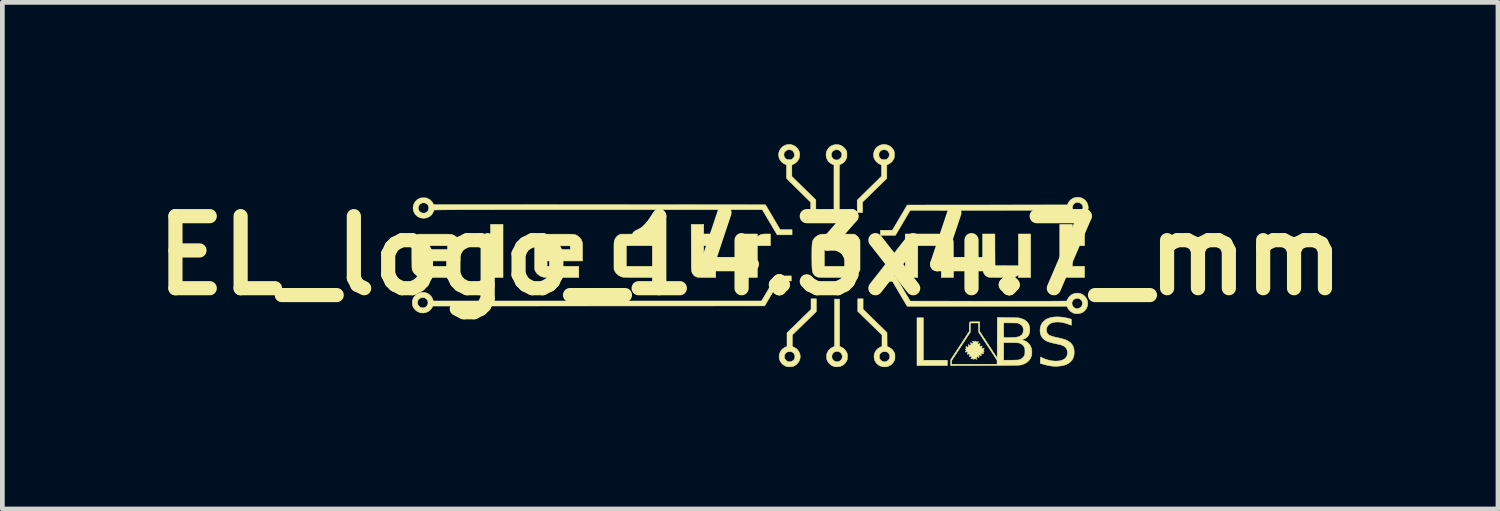
<source format=kicad_pcb>
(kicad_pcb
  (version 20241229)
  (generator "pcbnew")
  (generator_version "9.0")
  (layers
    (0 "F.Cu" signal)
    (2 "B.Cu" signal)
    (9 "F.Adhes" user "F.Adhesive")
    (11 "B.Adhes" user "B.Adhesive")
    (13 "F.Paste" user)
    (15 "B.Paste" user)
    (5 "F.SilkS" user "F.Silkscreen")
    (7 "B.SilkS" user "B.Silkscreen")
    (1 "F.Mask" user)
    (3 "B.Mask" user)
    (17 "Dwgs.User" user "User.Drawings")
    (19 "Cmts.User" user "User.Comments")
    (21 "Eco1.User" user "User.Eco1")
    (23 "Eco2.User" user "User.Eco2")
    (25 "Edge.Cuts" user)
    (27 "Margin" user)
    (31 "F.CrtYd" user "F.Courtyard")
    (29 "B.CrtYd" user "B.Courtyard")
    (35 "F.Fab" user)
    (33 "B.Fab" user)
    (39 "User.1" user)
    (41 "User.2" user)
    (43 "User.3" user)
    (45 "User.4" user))
  (footprint "EL_logo_14.3x4.7_mm"
    (layer "F.Cu")
    (at 12.816 2.356)
    (property "Reference" "EL_logo_14.3x4.7_mm" (at 0 0 0) (layer "F.SilkS") (effects (font (size 1.524 1.524) (thickness 0.3))))
    (attr through_hole)
    (fp_poly (pts (xy -5.227 0.463) (xy -5.492 0.463) (xy -5.492 -0.66) (xy -5.227 -0.66) (xy -5.227 0.463)) (stroke (width 0.01) (type solid)) (fill yes) (layer "F.SilkS"))
    (fp_poly (pts (xy 3.663 2.213) (xy 4.171 2.213) (xy 4.171 2.326) (xy 3.528 2.326) (xy 3.528 1.315) (xy 3.663 1.315) (xy 3.663 2.213)) (stroke (width 0.01) (type solid)) (fill yes) (layer "F.SilkS"))
    (fp_poly (pts (xy 0.152 -0.401) (xy 0.181 -0.42) (xy 0.203 -0.434) (xy 0.225 -0.444) (xy 0.249 -0.451) (xy 0.278 -0.455) (xy 0.313 -0.457) (xy 0.348 -0.457) (xy 0.429 -0.457) (xy 0.429 -0.209) (xy 0.152 -0.209) (xy 0.152 0.463) (xy -0.113 0.463) (xy -0.113 -0.457) (xy 0.152 -0.457) (xy 0.152 -0.401)) (stroke (width 0.01) (type solid)) (fill yes) (layer "F.SilkS"))
    (fp_poly (pts (xy -0.982 -0.457) (xy -0.728 -0.457) (xy -0.728 -0.209) (xy -0.982 -0.209) (xy -0.982 0.226) (xy -0.728 0.226) (xy -0.728 0.463) (xy -0.916 0.462) (xy -0.972 0.462) (xy -1.018 0.462) (xy -1.055 0.461) (xy -1.083 0.46) (xy -1.105 0.458) (xy -1.12 0.456) (xy -1.128 0.454) (xy -1.166 0.437) (xy -1.197 0.411) (xy -1.221 0.377) (xy -1.234 0.347) (xy -1.236 0.342) (xy -1.238 0.335) (xy -1.239 0.327) (xy -1.24 0.317) (xy -1.241 0.303) (xy -1.242 0.286) (xy -1.243 0.264) (xy -1.244 0.237) (xy -1.244 0.203) (xy -1.245 0.163) (xy -1.245 0.115) (xy -1.245 0.059) (xy -1.246 -0.006) (xy -1.246 -0.081) (xy -1.246 -0.166) (xy -1.246 -0.171) (xy -1.248 -0.66) (xy -0.982 -0.66) (xy -0.982 -0.457)) (stroke (width 0.01) (type solid)) (fill yes) (layer "F.SilkS"))
    (fp_poly (pts (xy 3.866 -0.457) (xy 3.929 -0.457) (xy 3.983 -0.457) (xy 4.029 -0.456) (xy 4.068 -0.456) (xy 4.1 -0.454) (xy 4.126 -0.453) (xy 4.148 -0.451) (xy 4.165 -0.449) (xy 4.178 -0.446) (xy 4.189 -0.443) (xy 4.198 -0.439) (xy 4.206 -0.434) (xy 4.214 -0.428) (xy 4.223 -0.422) (xy 4.223 -0.422) (xy 4.244 -0.402) (xy 4.264 -0.375) (xy 4.281 -0.345) (xy 4.291 -0.322) (xy 4.293 -0.314) (xy 4.294 -0.299) (xy 4.295 -0.277) (xy 4.296 -0.247) (xy 4.297 -0.209) (xy 4.298 -0.162) (xy 4.298 -0.105) (xy 4.299 -0.038) (xy 4.299 0.039) (xy 4.3 0.08) (xy 4.301 0.463) (xy 4.041 0.463) (xy 4.041 -0.209) (xy 3.545 -0.209) (xy 3.545 0.463) (xy 3.279 0.463) (xy 3.279 -0.457) (xy 3.793 -0.457) (xy 3.866 -0.457)) (stroke (width 0.01) (type solid)) (fill yes) (layer "F.SilkS"))
    (fp_poly (pts (xy 6.813 -0.457) (xy 7.072 -0.457) (xy 7.072 -0.209) (xy 6.813 -0.209) (xy 6.813 0.226) (xy 7.072 0.226) (xy 7.072 0.463) (xy 6.882 0.462) (xy 6.828 0.462) (xy 6.785 0.462) (xy 6.75 0.461) (xy 6.723 0.461) (xy 6.702 0.459) (xy 6.686 0.458) (xy 6.674 0.456) (xy 6.665 0.453) (xy 6.664 0.453) (xy 6.636 0.439) (xy 6.609 0.418) (xy 6.586 0.394) (xy 6.575 0.376) (xy 6.57 0.367) (xy 6.566 0.357) (xy 6.563 0.347) (xy 6.56 0.334) (xy 6.557 0.319) (xy 6.555 0.301) (xy 6.553 0.279) (xy 6.552 0.252) (xy 6.55 0.219) (xy 6.55 0.18) (xy 6.549 0.135) (xy 6.548 0.081) (xy 6.548 0.019) (xy 6.548 -0.052) (xy 6.548 -0.134) (xy 6.548 -0.196) (xy 6.548 -0.66) (xy 6.813 -0.66) (xy 6.813 -0.457)) (stroke (width 0.01) (type solid)) (fill yes) (layer "F.SilkS"))
    (fp_poly (pts (xy -1.942 -0.209) (xy -2.619 -0.209) (xy -2.619 0.226) (xy -1.863 0.226) (xy -1.863 0.463) (xy -2.268 0.462) (xy -2.348 0.462) (xy -2.418 0.462) (xy -2.478 0.462) (xy -2.529 0.462) (xy -2.572 0.461) (xy -2.608 0.46) (xy -2.636 0.46) (xy -2.659 0.459) (xy -2.676 0.458) (xy -2.689 0.456) (xy -2.699 0.455) (xy -2.702 0.454) (xy -2.748 0.437) (xy -2.79 0.413) (xy -2.825 0.382) (xy -2.853 0.347) (xy -2.868 0.319) (xy -2.881 0.285) (xy -2.881 0) (xy -2.881 -0.064) (xy -2.881 -0.118) (xy -2.881 -0.163) (xy -2.881 -0.199) (xy -2.881 -0.229) (xy -2.88 -0.252) (xy -2.879 -0.271) (xy -2.878 -0.285) (xy -2.876 -0.297) (xy -2.874 -0.306) (xy -2.872 -0.315) (xy -2.869 -0.325) (xy -2.869 -0.325) (xy -2.85 -0.367) (xy -2.822 -0.403) (xy -2.787 -0.431) (xy -2.773 -0.439) (xy -2.74 -0.454) (xy -2.341 -0.456) (xy -1.942 -0.457) (xy -1.942 -0.209)) (stroke (width 0.01) (type solid)) (fill yes) (layer "F.SilkS"))
    (fp_poly (pts (xy 5.177 -0.123) (xy 5.179 0.212) (xy 5.426 0.213) (xy 5.673 0.215) (xy 5.673 -0.457) (xy 5.932 -0.457) (xy 5.932 0.463) (xy 5.673 0.463) (xy 5.672 0.434) (xy 5.67 0.406) (xy 5.646 0.424) (xy 5.633 0.433) (xy 5.622 0.44) (xy 5.611 0.446) (xy 5.599 0.451) (xy 5.584 0.455) (xy 5.566 0.458) (xy 5.544 0.46) (xy 5.516 0.461) (xy 5.481 0.462) (xy 5.439 0.462) (xy 5.388 0.463) (xy 5.326 0.462) (xy 5.316 0.462) (xy 5.25 0.462) (xy 5.194 0.462) (xy 5.148 0.461) (xy 5.112 0.46) (xy 5.083 0.459) (xy 5.061 0.458) (xy 5.046 0.456) (xy 5.039 0.455) (xy 5.002 0.439) (xy 4.971 0.415) (xy 4.949 0.385) (xy 4.943 0.374) (xy 4.937 0.364) (xy 4.933 0.353) (xy 4.929 0.342) (xy 4.926 0.329) (xy 4.923 0.313) (xy 4.921 0.293) (xy 4.92 0.269) (xy 4.918 0.24) (xy 4.917 0.205) (xy 4.917 0.162) (xy 4.917 0.111) (xy 4.916 0.052) (xy 4.916 -0.018) (xy 4.916 -0.08) (xy 4.916 -0.457) (xy 5.176 -0.457) (xy 5.177 -0.123)) (stroke (width 0.01) (type solid)) (fill yes) (layer "F.SilkS"))
    (fp_poly (pts (xy 6.995 -1.224) (xy 7.025 -1.213) (xy 7.055 -1.195) (xy 7.084 -1.17) (xy 7.109 -1.141) (xy 7.125 -1.116) (xy 7.143 -1.07) (xy 7.15 -1.024) (xy 7.147 -0.979) (xy 7.134 -0.936) (xy 7.113 -0.897) (xy 7.084 -0.863) (xy 7.048 -0.834) (xy 7.004 -0.812) (xy 6.961 -0.8) (xy 6.916 -0.798) (xy 6.871 -0.805) (xy 6.828 -0.821) (xy 6.789 -0.845) (xy 6.755 -0.876) (xy 6.73 -0.912) (xy 6.722 -0.927) (xy 6.708 -0.959) (xy 3.384 -0.957) (xy 3.073 -0.429) (xy 2.914 -0.429) (xy 2.754 -0.429) (xy 2.754 -0.536) (xy 3.007 -0.536) (xy 3.282 -1.002) (xy 6.815 -1.002) (xy 6.824 -0.972) (xy 6.842 -0.945) (xy 6.87 -0.922) (xy 6.878 -0.918) (xy 6.898 -0.911) (xy 6.924 -0.909) (xy 6.95 -0.911) (xy 6.972 -0.916) (xy 6.973 -0.916) (xy 6.998 -0.933) (xy 7.018 -0.957) (xy 7.032 -0.986) (xy 7.038 -1.018) (xy 7.037 -1.031) (xy 7.029 -1.062) (xy 7.012 -1.087) (xy 6.988 -1.107) (xy 6.961 -1.12) (xy 6.931 -1.125) (xy 6.901 -1.123) (xy 6.872 -1.112) (xy 6.848 -1.094) (xy 6.827 -1.065) (xy 6.816 -1.033) (xy 6.815 -1.002) (xy 3.282 -1.002) (xy 3.322 -1.07) (xy 5.015 -1.071) (xy 6.708 -1.073) (xy 6.722 -1.104) (xy 6.745 -1.145) (xy 6.777 -1.179) (xy 6.814 -1.205) (xy 6.856 -1.223) (xy 6.902 -1.233) (xy 6.948 -1.234) (xy 6.995 -1.224)) (stroke (width 0.01) (type solid)) (fill yes) (layer "F.SilkS"))
    (fp_poly (pts (xy 0.869 0.536) (xy 0.744 0.536) (xy 0.618 0.536) (xy 0.462 0.8) (xy 0.307 1.064) (xy -3.202 1.065) (xy -6.711 1.067) (xy -6.725 1.094) (xy -6.748 1.129) (xy -6.779 1.16) (xy -6.816 1.186) (xy -6.827 1.191) (xy -6.868 1.206) (xy -6.913 1.213) (xy -6.958 1.211) (xy -6.996 1.202) (xy -7.042 1.18) (xy -7.08 1.151) (xy -7.111 1.115) (xy -7.133 1.074) (xy -7.145 1.028) (xy -7.145 1.027) (xy -7.146 1.007) (xy -7.035 1.007) (xy -7.027 1.037) (xy -7.008 1.065) (xy -7.006 1.068) (xy -6.978 1.09) (xy -6.947 1.103) (xy -6.914 1.105) (xy -6.891 1.1) (xy -6.859 1.084) (xy -6.835 1.06) (xy -6.819 1.031) (xy -6.814 0.997) (xy -6.814 0.984) (xy -6.822 0.953) (xy -6.839 0.926) (xy -6.863 0.904) (xy -6.893 0.891) (xy -6.923 0.886) (xy -6.957 0.891) (xy -6.986 0.904) (xy -7.009 0.924) (xy -7.026 0.949) (xy -7.035 0.977) (xy -7.035 1.007) (xy -7.146 1.007) (xy -7.147 0.979) (xy -7.138 0.933) (xy -7.121 0.892) (xy -7.096 0.856) (xy -7.065 0.826) (xy -7.028 0.802) (xy -6.988 0.786) (xy -6.944 0.777) (xy -6.897 0.778) (xy -6.851 0.789) (xy -6.826 0.798) (xy -6.789 0.821) (xy -6.756 0.851) (xy -6.73 0.887) (xy -6.712 0.926) (xy -6.71 0.933) (xy -6.703 0.96) (xy 0.24 0.96) (xy 0.396 0.696) (xy 0.551 0.432) (xy 0.869 0.429) (xy 0.869 0.536)) (stroke (width 0.01) (type solid)) (fill yes) (layer "F.SilkS"))
    (fp_poly (pts (xy 1.4 1.048) (xy 1.4 1.183) (xy 1.146 1.43) (xy 0.892 1.678) (xy 0.892 1.922) (xy 0.929 1.938) (xy 0.971 1.963) (xy 1.005 1.995) (xy 1.033 2.035) (xy 1.051 2.08) (xy 1.056 2.1) (xy 1.059 2.145) (xy 1.052 2.19) (xy 1.035 2.233) (xy 1.009 2.271) (xy 0.976 2.305) (xy 0.936 2.331) (xy 0.933 2.332) (xy 0.913 2.341) (xy 0.895 2.347) (xy 0.876 2.35) (xy 0.851 2.352) (xy 0.844 2.352) (xy 0.812 2.352) (xy 0.785 2.349) (xy 0.77 2.346) (xy 0.725 2.326) (xy 0.686 2.298) (xy 0.654 2.264) (xy 0.631 2.224) (xy 0.616 2.181) (xy 0.611 2.136) (xy 0.612 2.127) (xy 0.724 2.127) (xy 0.726 2.159) (xy 0.738 2.189) (xy 0.757 2.214) (xy 0.783 2.234) (xy 0.8 2.241) (xy 0.824 2.245) (xy 0.853 2.243) (xy 0.88 2.236) (xy 0.888 2.232) (xy 0.914 2.214) (xy 0.933 2.189) (xy 0.944 2.16) (xy 0.946 2.129) (xy 0.94 2.098) (xy 0.925 2.07) (xy 0.922 2.066) (xy 0.904 2.049) (xy 0.885 2.038) (xy 0.86 2.033) (xy 0.835 2.032) (xy 0.799 2.035) (xy 0.771 2.045) (xy 0.75 2.063) (xy 0.734 2.09) (xy 0.731 2.095) (xy 0.724 2.127) (xy 0.612 2.127) (xy 0.615 2.101) (xy 0.629 2.053) (xy 0.652 2.01) (xy 0.684 1.975) (xy 0.724 1.947) (xy 0.742 1.938) (xy 0.779 1.922) (xy 0.779 1.633) (xy 1.287 1.138) (xy 1.287 0.914) (xy 1.4 0.914) (xy 1.4 1.048)) (stroke (width 0.01) (type solid)) (fill yes) (layer "F.SilkS"))
    (fp_poly (pts (xy 1.891 1.918) (xy 1.927 1.935) (xy 1.971 1.961) (xy 2.007 1.995) (xy 2.035 2.035) (xy 2.039 2.043) (xy 2.048 2.061) (xy 2.053 2.076) (xy 2.056 2.091) (xy 2.057 2.111) (xy 2.057 2.136) (xy 2.057 2.164) (xy 2.056 2.183) (xy 2.052 2.199) (xy 2.047 2.214) (xy 2.042 2.225) (xy 2.016 2.266) (xy 1.985 2.3) (xy 1.945 2.326) (xy 1.939 2.329) (xy 1.915 2.34) (xy 1.895 2.346) (xy 1.874 2.35) (xy 1.851 2.351) (xy 1.825 2.352) (xy 1.802 2.351) (xy 1.784 2.348) (xy 1.782 2.348) (xy 1.739 2.332) (xy 1.699 2.306) (xy 1.664 2.272) (xy 1.637 2.234) (xy 1.634 2.227) (xy 1.626 2.21) (xy 1.621 2.195) (xy 1.618 2.179) (xy 1.617 2.158) (xy 1.617 2.141) (xy 1.727 2.141) (xy 1.732 2.171) (xy 1.747 2.198) (xy 1.765 2.217) (xy 1.796 2.237) (xy 1.827 2.245) (xy 1.861 2.243) (xy 1.87 2.24) (xy 1.897 2.228) (xy 1.921 2.207) (xy 1.938 2.181) (xy 1.944 2.165) (xy 1.948 2.13) (xy 1.942 2.099) (xy 1.928 2.072) (xy 1.907 2.05) (xy 1.881 2.034) (xy 1.85 2.027) (xy 1.818 2.028) (xy 1.785 2.038) (xy 1.759 2.057) (xy 1.74 2.081) (xy 1.73 2.11) (xy 1.727 2.141) (xy 1.617 2.141) (xy 1.617 2.136) (xy 1.617 2.109) (xy 1.619 2.09) (xy 1.622 2.075) (xy 1.627 2.059) (xy 1.635 2.043) (xy 1.662 2.002) (xy 1.697 1.967) (xy 1.739 1.94) (xy 1.747 1.936) (xy 1.784 1.919) (xy 1.784 0.92) (xy 1.891 0.92) (xy 1.891 1.918)) (stroke (width 0.01) (type solid)) (fill yes) (layer "F.SilkS"))
    (fp_poly (pts (xy -4.007 -0.454) (xy -3.943 -0.454) (xy -3.889 -0.454) (xy -3.843 -0.454) (xy -3.805 -0.453) (xy -3.773 -0.452) (xy -3.747 -0.45) (xy -3.726 -0.448) (xy -3.709 -0.445) (xy -3.694 -0.441) (xy -3.682 -0.436) (xy -3.671 -0.431) (xy -3.66 -0.424) (xy -3.648 -0.416) (xy -3.642 -0.412) (xy -3.604 -0.38) (xy -3.575 -0.342) (xy -3.557 -0.301) (xy -3.553 -0.291) (xy -3.551 -0.28) (xy -3.549 -0.269) (xy -3.547 -0.254) (xy -3.546 -0.236) (xy -3.545 -0.212) (xy -3.545 -0.181) (xy -3.545 -0.142) (xy -3.545 -0.093) (xy -3.545 -0.076) (xy -3.545 0.113) (xy -4.295 0.113) (xy -4.295 0.226) (xy -3.624 0.226) (xy -3.624 0.463) (xy -3.986 0.462) (xy -4.066 0.462) (xy -4.135 0.462) (xy -4.195 0.461) (xy -4.244 0.461) (xy -4.285 0.46) (xy -4.318 0.459) (xy -4.344 0.458) (xy -4.362 0.457) (xy -4.374 0.456) (xy -4.378 0.455) (xy -4.425 0.439) (xy -4.468 0.414) (xy -4.504 0.384) (xy -4.532 0.348) (xy -4.543 0.329) (xy -4.558 0.296) (xy -4.558 -0.006) (xy -4.558 -0.072) (xy -4.558 -0.127) (xy -4.558 -0.13) (xy -4.295 -0.13) (xy -3.804 -0.13) (xy -3.807 -0.206) (xy -4.051 -0.207) (xy -4.295 -0.209) (xy -4.295 -0.13) (xy -4.558 -0.13) (xy -4.558 -0.174) (xy -4.557 -0.212) (xy -4.557 -0.243) (xy -4.557 -0.267) (xy -4.556 -0.286) (xy -4.555 -0.301) (xy -4.553 -0.312) (xy -4.552 -0.321) (xy -4.549 -0.328) (xy -4.547 -0.335) (xy -4.545 -0.339) (xy -4.524 -0.378) (xy -4.495 -0.411) (xy -4.46 -0.436) (xy -4.455 -0.439) (xy -4.422 -0.454) (xy -4.081 -0.454) (xy -4.007 -0.454)) (stroke (width 0.01) (type solid)) (fill yes) (layer "F.SilkS"))
    (fp_poly (pts (xy 1.848 -0.456) (xy 1.871 -0.456) (xy 2.199 -0.454) (xy 2.225 -0.441) (xy 2.257 -0.419) (xy 2.286 -0.388) (xy 2.308 -0.351) (xy 2.323 -0.319) (xy 2.323 0.302) (xy 2.309 0.329) (xy 2.284 0.368) (xy 2.25 0.402) (xy 2.209 0.429) (xy 2.164 0.449) (xy 2.145 0.454) (xy 2.135 0.456) (xy 2.123 0.458) (xy 2.108 0.459) (xy 2.089 0.46) (xy 2.065 0.461) (xy 2.035 0.462) (xy 1.998 0.462) (xy 1.954 0.462) (xy 1.901 0.462) (xy 1.839 0.463) (xy 1.78 0.462) (xy 1.705 0.462) (xy 1.642 0.462) (xy 1.588 0.462) (xy 1.543 0.461) (xy 1.507 0.46) (xy 1.478 0.459) (xy 1.457 0.458) (xy 1.442 0.457) (xy 1.432 0.455) (xy 1.431 0.455) (xy 1.398 0.442) (xy 1.373 0.426) (xy 1.355 0.408) (xy 1.344 0.395) (xy 1.335 0.382) (xy 1.327 0.366) (xy 1.321 0.348) (xy 1.316 0.327) (xy 1.312 0.301) (xy 1.309 0.269) (xy 1.307 0.231) (xy 1.307 0.226) (xy 1.569 0.226) (xy 2.066 0.226) (xy 2.063 -0.206) (xy 1.816 -0.207) (xy 1.569 -0.209) (xy 1.569 0.226) (xy 1.307 0.226) (xy 1.305 0.185) (xy 1.305 0.13) (xy 1.304 0.066) (xy 1.304 0.014) (xy 1.304 -0.053) (xy 1.305 -0.11) (xy 1.305 -0.158) (xy 1.307 -0.197) (xy 1.309 -0.23) (xy 1.311 -0.257) (xy 1.315 -0.279) (xy 1.319 -0.297) (xy 1.324 -0.313) (xy 1.329 -0.325) (xy 1.351 -0.361) (xy 1.383 -0.394) (xy 1.421 -0.421) (xy 1.465 -0.441) (xy 1.507 -0.452) (xy 1.523 -0.453) (xy 1.55 -0.454) (xy 1.587 -0.455) (xy 1.636 -0.456) (xy 1.696 -0.456) (xy 1.767 -0.456) (xy 1.848 -0.456)) (stroke (width 0.01) (type solid)) (fill yes) (layer "F.SilkS"))
    (fp_poly (pts (xy 2.388 1.133) (xy 2.641 1.381) (xy 2.894 1.628) (xy 2.895 1.774) (xy 2.896 1.919) (xy 2.932 1.936) (xy 2.975 1.961) (xy 3.011 1.994) (xy 3.04 2.034) (xy 3.044 2.043) (xy 3.052 2.061) (xy 3.058 2.076) (xy 3.061 2.091) (xy 3.062 2.111) (xy 3.062 2.136) (xy 3.062 2.164) (xy 3.06 2.184) (xy 3.057 2.2) (xy 3.051 2.216) (xy 3.047 2.225) (xy 3.022 2.266) (xy 2.989 2.301) (xy 2.95 2.327) (xy 2.906 2.345) (xy 2.859 2.353) (xy 2.811 2.352) (xy 2.768 2.342) (xy 2.725 2.322) (xy 2.688 2.294) (xy 2.658 2.259) (xy 2.636 2.22) (xy 2.623 2.177) (xy 2.619 2.132) (xy 2.619 2.13) (xy 2.732 2.13) (xy 2.733 2.153) (xy 2.737 2.173) (xy 2.738 2.177) (xy 2.753 2.202) (xy 2.776 2.223) (xy 2.804 2.239) (xy 2.834 2.246) (xy 2.842 2.246) (xy 2.862 2.244) (xy 2.883 2.237) (xy 2.887 2.236) (xy 2.916 2.217) (xy 2.937 2.192) (xy 2.95 2.163) (xy 2.953 2.131) (xy 2.948 2.1) (xy 2.935 2.075) (xy 2.917 2.054) (xy 2.897 2.04) (xy 2.872 2.034) (xy 2.846 2.032) (xy 2.82 2.033) (xy 2.799 2.037) (xy 2.789 2.04) (xy 2.771 2.053) (xy 2.752 2.072) (xy 2.739 2.091) (xy 2.738 2.092) (xy 2.734 2.108) (xy 2.732 2.13) (xy 2.619 2.13) (xy 2.625 2.086) (xy 2.641 2.042) (xy 2.641 2.042) (xy 2.666 2.002) (xy 2.701 1.967) (xy 2.742 1.94) (xy 2.752 1.936) (xy 2.788 1.919) (xy 2.788 1.799) (xy 2.788 1.679) (xy 2.531 1.429) (xy 2.275 1.179) (xy 2.275 0.914) (xy 2.388 0.914) (xy 2.388 1.133)) (stroke (width 0.01) (type solid)) (fill yes) (layer "F.SilkS"))
    (fp_poly (pts (xy 1.857 -2.348) (xy 1.901 -2.337) (xy 1.943 -2.317) (xy 1.981 -2.288) (xy 2.013 -2.253) (xy 2.03 -2.224) (xy 2.038 -2.209) (xy 2.042 -2.195) (xy 2.045 -2.18) (xy 2.046 -2.16) (xy 2.046 -2.134) (xy 2.046 -2.106) (xy 2.045 -2.086) (xy 2.042 -2.071) (xy 2.037 -2.057) (xy 2.029 -2.039) (xy 2.028 -2.037) (xy 2.001 -1.996) (xy 1.967 -1.962) (xy 1.925 -1.935) (xy 1.895 -1.923) (xy 1.893 -1.922) (xy 1.892 -1.919) (xy 1.891 -1.915) (xy 1.889 -1.908) (xy 1.889 -1.897) (xy 1.888 -1.882) (xy 1.887 -1.863) (xy 1.887 -1.838) (xy 1.886 -1.806) (xy 1.886 -1.768) (xy 1.886 -1.723) (xy 1.885 -1.669) (xy 1.885 -1.606) (xy 1.885 -1.533) (xy 1.885 -1.45) (xy 1.885 -1.417) (xy 1.885 -0.914) (xy 1.772 -0.914) (xy 1.772 -1.917) (xy 1.736 -1.932) (xy 1.695 -1.956) (xy 1.66 -1.987) (xy 1.633 -2.025) (xy 1.614 -2.066) (xy 1.605 -2.111) (xy 1.605 -2.137) (xy 1.716 -2.137) (xy 1.719 -2.106) (xy 1.731 -2.077) (xy 1.751 -2.052) (xy 1.758 -2.046) (xy 1.788 -2.029) (xy 1.818 -2.022) (xy 1.852 -2.025) (xy 1.86 -2.027) (xy 1.884 -2.038) (xy 1.906 -2.058) (xy 1.925 -2.081) (xy 1.936 -2.105) (xy 1.939 -2.138) (xy 1.932 -2.169) (xy 1.916 -2.198) (xy 1.893 -2.22) (xy 1.878 -2.229) (xy 1.844 -2.24) (xy 1.81 -2.239) (xy 1.778 -2.229) (xy 1.749 -2.208) (xy 1.737 -2.194) (xy 1.722 -2.167) (xy 1.716 -2.137) (xy 1.605 -2.137) (xy 1.605 -2.157) (xy 1.611 -2.188) (xy 1.63 -2.234) (xy 1.657 -2.273) (xy 1.691 -2.305) (xy 1.732 -2.329) (xy 1.778 -2.344) (xy 1.827 -2.349) (xy 1.857 -2.348)) (stroke (width 0.01) (type solid)) (fill yes) (layer "F.SilkS"))
    (fp_poly (pts (xy 0.847 -2.351) (xy 0.859 -2.349) (xy 0.909 -2.335) (xy 0.953 -2.311) (xy 0.99 -2.279) (xy 1.019 -2.238) (xy 1.029 -2.219) (xy 1.038 -2.199) (xy 1.044 -2.181) (xy 1.046 -2.163) (xy 1.047 -2.139) (xy 1.047 -2.134) (xy 1.043 -2.089) (xy 1.033 -2.051) (xy 1.014 -2.017) (xy 0.991 -1.988) (xy 0.957 -1.958) (xy 0.917 -1.934) (xy 0.89 -1.923) (xy 0.887 -1.921) (xy 0.885 -1.917) (xy 0.883 -1.909) (xy 0.882 -1.896) (xy 0.881 -1.876) (xy 0.881 -1.849) (xy 0.881 -1.812) (xy 0.881 -1.797) (xy 0.882 -1.674) (xy 1.389 -1.178) (xy 1.389 -0.909) (xy 1.281 -0.909) (xy 1.281 -1.127) (xy 1.147 -1.259) (xy 1.107 -1.299) (xy 1.063 -1.343) (xy 1.016 -1.388) (xy 0.97 -1.434) (xy 0.927 -1.476) (xy 0.89 -1.513) (xy 0.768 -1.634) (xy 0.768 -1.919) (xy 0.752 -1.925) (xy 0.705 -1.949) (xy 0.666 -1.979) (xy 0.636 -2.017) (xy 0.614 -2.061) (xy 0.604 -2.098) (xy 0.603 -2.124) (xy 0.713 -2.124) (xy 0.72 -2.095) (xy 0.738 -2.065) (xy 0.762 -2.043) (xy 0.792 -2.031) (xy 0.827 -2.027) (xy 0.85 -2.028) (xy 0.867 -2.032) (xy 0.885 -2.041) (xy 0.887 -2.043) (xy 0.912 -2.065) (xy 0.928 -2.091) (xy 0.936 -2.121) (xy 0.934 -2.152) (xy 0.923 -2.182) (xy 0.902 -2.21) (xy 0.89 -2.221) (xy 0.865 -2.234) (xy 0.834 -2.241) (xy 0.803 -2.239) (xy 0.775 -2.23) (xy 0.746 -2.21) (xy 0.726 -2.185) (xy 0.715 -2.155) (xy 0.713 -2.124) (xy 0.603 -2.124) (xy 0.601 -2.144) (xy 0.608 -2.188) (xy 0.625 -2.229) (xy 0.649 -2.266) (xy 0.679 -2.298) (xy 0.716 -2.323) (xy 0.757 -2.341) (xy 0.801 -2.351) (xy 0.847 -2.351)) (stroke (width 0.01) (type solid)) (fill yes) (layer "F.SilkS"))
    (fp_poly (pts (xy -6.601 -0.454) (xy -6.54 -0.454) (xy -6.489 -0.454) (xy -6.446 -0.454) (xy -6.412 -0.454) (xy -6.383 -0.453) (xy -6.361 -0.452) (xy -6.343 -0.451) (xy -6.33 -0.45) (xy -6.319 -0.449) (xy -6.311 -0.447) (xy -6.303 -0.445) (xy -6.299 -0.444) (xy -6.253 -0.422) (xy -6.211 -0.393) (xy -6.178 -0.358) (xy -6.165 -0.338) (xy -6.157 -0.324) (xy -6.151 -0.309) (xy -6.146 -0.292) (xy -6.142 -0.271) (xy -6.14 -0.245) (xy -6.138 -0.213) (xy -6.136 -0.174) (xy -6.136 -0.126) (xy -6.136 -0.068) (xy -6.136 -0.066) (xy -6.136 0.113) (xy -6.892 0.113) (xy -6.892 0.226) (xy -6.215 0.226) (xy -6.215 0.463) (xy -6.58 0.462) (xy -6.656 0.462) (xy -6.722 0.462) (xy -6.779 0.462) (xy -6.826 0.461) (xy -6.865 0.461) (xy -6.897 0.46) (xy -6.923 0.459) (xy -6.943 0.458) (xy -6.958 0.457) (xy -6.969 0.456) (xy -6.975 0.454) (xy -7.021 0.437) (xy -7.062 0.413) (xy -7.098 0.383) (xy -7.125 0.348) (xy -7.14 0.319) (xy -7.144 0.311) (xy -7.146 0.302) (xy -7.149 0.294) (xy -7.15 0.283) (xy -7.152 0.269) (xy -7.153 0.251) (xy -7.154 0.227) (xy -7.154 0.197) (xy -7.155 0.16) (xy -7.155 0.114) (xy -7.156 0.058) (xy -7.156 0.039) (xy -7.156 -0.036) (xy -7.156 -0.1) (xy -7.156 -0.155) (xy -7.155 -0.201) (xy -7.155 -0.209) (xy -6.892 -0.209) (xy -6.892 -0.13) (xy -6.401 -0.13) (xy -6.401 -0.209) (xy -6.892 -0.209) (xy -7.155 -0.209) (xy -7.153 -0.239) (xy -7.151 -0.271) (xy -7.148 -0.297) (xy -7.145 -0.317) (xy -7.14 -0.334) (xy -7.135 -0.347) (xy -7.118 -0.375) (xy -7.094 -0.403) (xy -7.066 -0.427) (xy -7.043 -0.441) (xy -7.013 -0.454) (xy -6.672 -0.454) (xy -6.601 -0.454)) (stroke (width 0.01) (type solid)) (fill yes) (layer "F.SilkS"))
    (fp_poly (pts (xy 2.914 0.435) (xy 3.073 0.435) (xy 3.229 0.699) (xy 3.385 0.962) (xy 5.042 0.964) (xy 5.21 0.964) (xy 5.366 0.964) (xy 5.512 0.964) (xy 5.648 0.964) (xy 5.774 0.964) (xy 5.89 0.964) (xy 5.996 0.964) (xy 6.094 0.964) (xy 6.183 0.964) (xy 6.263 0.964) (xy 6.336 0.964) (xy 6.401 0.963) (xy 6.458 0.963) (xy 6.509 0.963) (xy 6.553 0.962) (xy 6.59 0.962) (xy 6.621 0.962) (xy 6.647 0.961) (xy 6.667 0.961) (xy 6.682 0.96) (xy 6.692 0.959) (xy 6.698 0.959) (xy 6.7 0.958) (xy 6.703 0.944) (xy 6.712 0.924) (xy 6.725 0.902) (xy 6.74 0.88) (xy 6.755 0.862) (xy 6.755 0.862) (xy 6.793 0.831) (xy 6.836 0.808) (xy 6.882 0.796) (xy 6.93 0.793) (xy 6.953 0.796) (xy 7 0.809) (xy 7.042 0.831) (xy 7.077 0.86) (xy 7.105 0.895) (xy 7.126 0.935) (xy 7.137 0.979) (xy 7.14 1.024) (xy 7.132 1.07) (xy 7.129 1.078) (xy 7.108 1.124) (xy 7.079 1.163) (xy 7.043 1.193) (xy 7 1.214) (xy 6.952 1.226) (xy 6.929 1.228) (xy 6.905 1.228) (xy 6.881 1.227) (xy 6.864 1.225) (xy 6.862 1.225) (xy 6.819 1.208) (xy 6.779 1.183) (xy 6.745 1.15) (xy 6.718 1.112) (xy 6.714 1.105) (xy 6.699 1.072) (xy 3.321 1.072) (xy 3.29 1.02) (xy 6.806 1.02) (xy 6.814 1.051) (xy 6.83 1.078) (xy 6.852 1.101) (xy 6.876 1.114) (xy 6.899 1.121) (xy 6.917 1.122) (xy 6.937 1.119) (xy 6.945 1.117) (xy 6.977 1.103) (xy 7.001 1.082) (xy 7.018 1.055) (xy 7.027 1.025) (xy 7.027 0.994) (xy 7.016 0.962) (xy 7.011 0.953) (xy 6.989 0.928) (xy 6.963 0.912) (xy 6.933 0.904) (xy 6.903 0.904) (xy 6.874 0.912) (xy 6.847 0.927) (xy 6.826 0.949) (xy 6.811 0.978) (xy 6.807 0.99) (xy 6.806 1.02) (xy 3.29 1.02) (xy 3.165 0.809) (xy 3.01 0.545) (xy 2.882 0.543) (xy 2.754 0.542) (xy 2.754 0.435) (xy 2.914 0.435)) (stroke (width 0.01) (type solid)) (fill yes) (layer "F.SilkS"))
    (fp_poly (pts (xy 2.867 -2.348) (xy 2.916 -2.335) (xy 2.959 -2.312) (xy 2.997 -2.28) (xy 3.026 -2.241) (xy 3.035 -2.226) (xy 3.042 -2.21) (xy 3.047 -2.195) (xy 3.049 -2.18) (xy 3.051 -2.159) (xy 3.051 -2.134) (xy 3.051 -2.106) (xy 3.049 -2.086) (xy 3.047 -2.071) (xy 3.042 -2.056) (xy 3.034 -2.039) (xy 3.032 -2.037) (xy 3.006 -1.996) (xy 2.972 -1.963) (xy 2.929 -1.936) (xy 2.926 -1.935) (xy 2.89 -1.918) (xy 2.89 -1.632) (xy 2.633 -1.382) (xy 2.377 -1.132) (xy 2.377 -1.02) (xy 2.376 -0.909) (xy 2.324 -0.909) (xy 2.3 -0.909) (xy 2.281 -0.91) (xy 2.27 -0.912) (xy 2.267 -0.913) (xy 2.266 -0.919) (xy 2.265 -0.935) (xy 2.264 -0.959) (xy 2.264 -0.99) (xy 2.263 -1.025) (xy 2.263 -1.045) (xy 2.263 -1.173) (xy 2.406 -1.313) (xy 2.446 -1.353) (xy 2.489 -1.395) (xy 2.534 -1.439) (xy 2.578 -1.483) (xy 2.619 -1.523) (xy 2.655 -1.558) (xy 2.663 -1.566) (xy 2.777 -1.679) (xy 2.777 -1.799) (xy 2.777 -1.839) (xy 2.777 -1.869) (xy 2.776 -1.891) (xy 2.775 -1.906) (xy 2.773 -1.915) (xy 2.771 -1.92) (xy 2.768 -1.922) (xy 2.767 -1.923) (xy 2.721 -1.943) (xy 2.681 -1.973) (xy 2.648 -2.01) (xy 2.628 -2.043) (xy 2.62 -2.063) (xy 2.614 -2.079) (xy 2.612 -2.097) (xy 2.611 -2.12) (xy 2.611 -2.131) (xy 2.611 -2.14) (xy 2.722 -2.14) (xy 2.724 -2.104) (xy 2.736 -2.074) (xy 2.756 -2.051) (xy 2.784 -2.035) (xy 2.818 -2.027) (xy 2.829 -2.027) (xy 2.851 -2.028) (xy 2.871 -2.031) (xy 2.88 -2.034) (xy 2.906 -2.051) (xy 2.927 -2.075) (xy 2.939 -2.104) (xy 2.944 -2.135) (xy 2.941 -2.156) (xy 2.927 -2.19) (xy 2.906 -2.215) (xy 2.878 -2.232) (xy 2.845 -2.24) (xy 2.825 -2.24) (xy 2.789 -2.233) (xy 2.76 -2.217) (xy 2.738 -2.193) (xy 2.725 -2.163) (xy 2.722 -2.14) (xy 2.611 -2.14) (xy 2.614 -2.175) (xy 2.623 -2.213) (xy 2.641 -2.246) (xy 2.665 -2.277) (xy 2.702 -2.309) (xy 2.744 -2.333) (xy 2.79 -2.347) (xy 2.837 -2.351) (xy 2.867 -2.348)) (stroke (width 0.01) (type solid)) (fill yes) (layer "F.SilkS"))
    (fp_poly (pts (xy 6.559 1.298) (xy 6.56 1.298) (xy 6.603 1.303) (xy 6.65 1.31) (xy 6.696 1.319) (xy 6.738 1.329) (xy 6.771 1.339) (xy 6.793 1.346) (xy 6.795 1.41) (xy 6.795 1.435) (xy 6.795 1.455) (xy 6.795 1.469) (xy 6.794 1.473) (xy 6.788 1.471) (xy 6.774 1.466) (xy 6.755 1.459) (xy 6.75 1.457) (xy 6.669 1.429) (xy 6.591 1.411) (xy 6.517 1.404) (xy 6.456 1.406) (xy 6.41 1.413) (xy 6.372 1.424) (xy 6.341 1.441) (xy 6.313 1.464) (xy 6.287 1.495) (xy 6.272 1.529) (xy 6.267 1.566) (xy 6.27 1.597) (xy 6.276 1.623) (xy 6.286 1.645) (xy 6.301 1.664) (xy 6.322 1.68) (xy 6.349 1.694) (xy 6.385 1.707) (xy 6.429 1.719) (xy 6.484 1.732) (xy 6.491 1.733) (xy 6.553 1.747) (xy 6.605 1.76) (xy 6.649 1.773) (xy 6.686 1.787) (xy 6.717 1.802) (xy 6.743 1.818) (xy 6.767 1.837) (xy 6.783 1.851) (xy 6.812 1.886) (xy 6.832 1.924) (xy 6.846 1.966) (xy 6.852 2.016) (xy 6.853 2.049) (xy 6.849 2.107) (xy 6.834 2.159) (xy 6.811 2.205) (xy 6.778 2.244) (xy 6.737 2.277) (xy 6.686 2.303) (xy 6.636 2.32) (xy 6.59 2.33) (xy 6.537 2.337) (xy 6.483 2.341) (xy 6.431 2.34) (xy 6.406 2.339) (xy 6.349 2.332) (xy 6.292 2.321) (xy 6.232 2.307) (xy 6.185 2.293) (xy 6.136 2.279) (xy 6.136 2.212) (xy 6.136 2.186) (xy 6.136 2.165) (xy 6.137 2.15) (xy 6.139 2.145) (xy 6.145 2.147) (xy 6.158 2.153) (xy 6.168 2.158) (xy 6.242 2.19) (xy 6.319 2.214) (xy 6.397 2.227) (xy 6.463 2.231) (xy 6.524 2.228) (xy 6.578 2.217) (xy 6.622 2.201) (xy 6.658 2.177) (xy 6.685 2.148) (xy 6.702 2.113) (xy 6.71 2.071) (xy 6.71 2.041) (xy 6.704 2.002) (xy 6.69 1.969) (xy 6.669 1.942) (xy 6.665 1.938) (xy 6.648 1.924) (xy 6.628 1.911) (xy 6.603 1.9) (xy 6.573 1.889) (xy 6.535 1.879) (xy 6.489 1.869) (xy 6.459 1.862) (xy 6.391 1.847) (xy 6.333 1.831) (xy 6.286 1.815) (xy 6.251 1.798) (xy 6.25 1.797) (xy 6.207 1.766) (xy 6.173 1.729) (xy 6.149 1.686) (xy 6.135 1.637) (xy 6.13 1.582) (xy 6.13 1.58) (xy 6.135 1.524) (xy 6.149 1.474) (xy 6.173 1.429) (xy 6.206 1.39) (xy 6.247 1.357) (xy 6.295 1.331) (xy 6.351 1.312) (xy 6.414 1.3) (xy 6.483 1.295) (xy 6.559 1.298)) (stroke (width 0.01) (type solid)) (fill yes) (layer "F.SilkS"))
    (fp_poly (pts (xy -6.881 -1.222) (xy -6.861 -1.221) (xy -6.846 -1.218) (xy -6.83 -1.213) (xy -6.812 -1.204) (xy -6.812 -1.204) (xy -6.771 -1.18) (xy -6.737 -1.148) (xy -6.711 -1.112) (xy -6.709 -1.107) (xy -6.694 -1.078) (xy -3.185 -1.077) (xy 0.324 -1.075) (xy 0.48 -0.812) (xy 0.635 -0.548) (xy 0.886 -0.548) (xy 0.886 -0.44) (xy 0.571 -0.44) (xy 0.518 -0.529) (xy 0.502 -0.556) (xy 0.482 -0.59) (xy 0.458 -0.631) (xy 0.432 -0.675) (xy 0.404 -0.721) (xy 0.377 -0.768) (xy 0.361 -0.794) (xy 0.257 -0.971) (xy -3.216 -0.971) (xy -3.453 -0.971) (xy -3.679 -0.971) (xy -3.895 -0.971) (xy -4.1 -0.971) (xy -4.294 -0.971) (xy -4.479 -0.971) (xy -4.654 -0.971) (xy -4.819 -0.971) (xy -4.976 -0.971) (xy -5.123 -0.971) (xy -5.262 -0.971) (xy -5.392 -0.971) (xy -5.514 -0.97) (xy -5.629 -0.97) (xy -5.735 -0.97) (xy -5.835 -0.97) (xy -5.927 -0.97) (xy -6.012 -0.97) (xy -6.091 -0.97) (xy -6.163 -0.97) (xy -6.23 -0.969) (xy -6.29 -0.969) (xy -6.345 -0.969) (xy -6.395 -0.969) (xy -6.44 -0.968) (xy -6.48 -0.968) (xy -6.515 -0.968) (xy -6.547 -0.967) (xy -6.574 -0.967) (xy -6.598 -0.967) (xy -6.618 -0.966) (xy -6.635 -0.966) (xy -6.649 -0.965) (xy -6.661 -0.965) (xy -6.67 -0.964) (xy -6.677 -0.964) (xy -6.682 -0.963) (xy -6.685 -0.963) (xy -6.687 -0.962) (xy -6.688 -0.962) (xy -6.689 -0.961) (xy -6.692 -0.948) (xy -6.699 -0.93) (xy -6.71 -0.908) (xy -6.721 -0.887) (xy -6.733 -0.869) (xy -6.737 -0.864) (xy -6.76 -0.843) (xy -6.79 -0.822) (xy -6.823 -0.805) (xy -6.84 -0.799) (xy -6.876 -0.792) (xy -6.916 -0.79) (xy -6.956 -0.795) (xy -6.993 -0.805) (xy -7.001 -0.809) (xy -7.043 -0.833) (xy -7.076 -0.865) (xy -7.102 -0.901) (xy -7.119 -0.94) (xy -7.128 -0.982) (xy -7.129 -1.004) (xy -7.021 -1.004) (xy -7.017 -0.983) (xy -7.015 -0.976) (xy -7 -0.945) (xy -6.976 -0.921) (xy -6.948 -0.905) (xy -6.916 -0.898) (xy -6.883 -0.9) (xy -6.865 -0.906) (xy -6.836 -0.924) (xy -6.815 -0.947) (xy -6.802 -0.975) (xy -6.797 -1.004) (xy -6.8 -1.034) (xy -6.811 -1.062) (xy -6.831 -1.087) (xy -6.858 -1.106) (xy -6.865 -1.109) (xy -6.898 -1.117) (xy -6.931 -1.115) (xy -6.961 -1.103) (xy -6.987 -1.083) (xy -7.007 -1.056) (xy -7.01 -1.05) (xy -7.019 -1.025) (xy -7.021 -1.004) (xy -7.129 -1.004) (xy -7.129 -1.025) (xy -7.121 -1.067) (xy -7.105 -1.107) (xy -7.081 -1.144) (xy -7.049 -1.177) (xy -7.008 -1.203) (xy -7.001 -1.207) (xy -6.984 -1.214) (xy -6.969 -1.218) (xy -6.953 -1.221) (xy -6.931 -1.222) (xy -6.909 -1.222) (xy -6.881 -1.222)) (stroke (width 0.01) (type solid)) (fill yes) (layer "F.SilkS"))
    (fp_poly (pts (xy 5.448 1.311) (xy 5.505 1.312) (xy 5.551 1.312) (xy 5.589 1.313) (xy 5.62 1.314) (xy 5.644 1.315) (xy 5.663 1.316) (xy 5.679 1.318) (xy 5.692 1.32) (xy 5.704 1.323) (xy 5.715 1.326) (xy 5.761 1.34) (xy 5.798 1.357) (xy 5.83 1.379) (xy 5.854 1.4) (xy 5.88 1.431) (xy 5.897 1.463) (xy 5.908 1.5) (xy 5.914 1.545) (xy 5.914 1.547) (xy 5.913 1.6) (xy 5.903 1.648) (xy 5.884 1.69) (xy 5.856 1.724) (xy 5.854 1.726) (xy 5.84 1.737) (xy 5.82 1.749) (xy 5.797 1.76) (xy 5.777 1.768) (xy 5.761 1.772) (xy 5.759 1.772) (xy 5.748 1.774) (xy 5.747 1.778) (xy 5.755 1.783) (xy 5.765 1.786) (xy 5.78 1.79) (xy 5.8 1.798) (xy 5.822 1.808) (xy 5.824 1.809) (xy 5.867 1.837) (xy 5.902 1.872) (xy 5.929 1.914) (xy 5.948 1.961) (xy 5.957 2.013) (xy 5.957 2.068) (xy 5.955 2.084) (xy 5.944 2.137) (xy 5.924 2.182) (xy 5.895 2.221) (xy 5.857 2.254) (xy 5.849 2.26) (xy 5.817 2.279) (xy 5.787 2.293) (xy 5.754 2.305) (xy 5.724 2.313) (xy 5.718 2.314) (xy 5.71 2.315) (xy 5.7 2.316) (xy 5.687 2.317) (xy 5.671 2.318) (xy 5.651 2.319) (xy 5.627 2.32) (xy 5.598 2.32) (xy 5.562 2.321) (xy 5.521 2.321) (xy 5.473 2.322) (xy 5.417 2.322) (xy 5.353 2.323) (xy 5.28 2.323) (xy 5.199 2.323) (xy 5.107 2.324) (xy 5.005 2.324) (xy 4.963 2.324) (xy 4.239 2.326) (xy 4.239 2.22) (xy 4.262 2.22) (xy 4.262 2.297) (xy 5.221 2.297) (xy 5.221 2.213) (xy 5.362 2.213) (xy 5.519 2.211) (xy 5.565 2.211) (xy 5.602 2.21) (xy 5.631 2.209) (xy 5.653 2.208) (xy 5.669 2.207) (xy 5.682 2.205) (xy 5.693 2.202) (xy 5.703 2.199) (xy 5.707 2.197) (xy 5.746 2.176) (xy 5.776 2.149) (xy 5.797 2.116) (xy 5.797 2.116) (xy 5.804 2.1) (xy 5.808 2.084) (xy 5.81 2.065) (xy 5.811 2.04) (xy 5.811 2.026) (xy 5.811 1.997) (xy 5.809 1.976) (xy 5.806 1.96) (xy 5.801 1.944) (xy 5.798 1.938) (xy 5.776 1.903) (xy 5.746 1.876) (xy 5.709 1.856) (xy 5.698 1.853) (xy 5.688 1.849) (xy 5.677 1.847) (xy 5.663 1.845) (xy 5.644 1.844) (xy 5.62 1.843) (xy 5.588 1.842) (xy 5.548 1.842) (xy 5.519 1.841) (xy 5.362 1.839) (xy 5.362 2.213) (xy 5.221 2.213) (xy 5.221 2.212) (xy 5.027 1.916) (xy 4.832 1.62) (xy 4.83 1.523) (xy 4.829 1.425) (xy 4.659 1.425) (xy 4.658 1.522) (xy 4.656 1.62) (xy 4.459 1.92) (xy 4.262 2.22) (xy 4.239 2.22) (xy 4.239 2.204) (xy 4.437 1.904) (xy 4.634 1.603) (xy 4.634 1.509) (xy 4.634 1.473) (xy 4.635 1.446) (xy 4.636 1.427) (xy 4.638 1.416) (xy 4.641 1.409) (xy 4.642 1.408) (xy 4.647 1.405) (xy 4.657 1.403) (xy 4.673 1.401) (xy 4.697 1.4) (xy 4.73 1.4) (xy 4.752 1.4) (xy 4.854 1.4) (xy 4.854 1.603) (xy 5.039 1.884) (xy 5.224 2.166) (xy 5.225 1.737) (xy 5.226 1.573) (xy 5.362 1.573) (xy 5.362 1.614) (xy 5.363 1.65) (xy 5.363 1.682) (xy 5.364 1.706) (xy 5.365 1.723) (xy 5.366 1.729) (xy 5.366 1.729) (xy 5.373 1.731) (xy 5.39 1.732) (xy 5.413 1.732) (xy 5.442 1.733) (xy 5.475 1.733) (xy 5.509 1.732) (xy 5.542 1.731) (xy 5.573 1.73) (xy 5.6 1.729) (xy 5.62 1.727) (xy 5.622 1.727) (xy 5.669 1.718) (xy 5.707 1.703) (xy 5.737 1.683) (xy 5.758 1.656) (xy 5.772 1.622) (xy 5.777 1.597) (xy 5.778 1.555) (xy 5.769 1.518) (xy 5.75 1.485) (xy 5.722 1.458) (xy 5.696 1.443) (xy 5.659 1.425) (xy 5.51 1.423) (xy 5.362 1.422) (xy 5.362 1.573) (xy 5.226 1.573) (xy 5.227 1.308) (xy 5.448 1.311)) (stroke (width 0.01) (type solid)) (fill yes) (layer "F.SilkS"))
    (fp_poly (pts (xy 4.726 1.81) (xy 4.73 1.815) (xy 4.742 1.823) (xy 4.754 1.819) (xy 4.758 1.815) (xy 4.765 1.809) (xy 4.771 1.812) (xy 4.778 1.817) (xy 4.79 1.827) (xy 4.799 1.828) (xy 4.809 1.82) (xy 4.817 1.815) (xy 4.823 1.817) (xy 4.826 1.82) (xy 4.829 1.828) (xy 4.825 1.835) (xy 4.82 1.84) (xy 4.811 1.848) (xy 4.81 1.854) (xy 4.817 1.862) (xy 4.829 1.872) (xy 4.839 1.872) (xy 4.849 1.865) (xy 4.857 1.859) (xy 4.861 1.861) (xy 4.863 1.865) (xy 4.863 1.876) (xy 4.857 1.885) (xy 4.851 1.893) (xy 4.852 1.901) (xy 4.857 1.91) (xy 4.866 1.921) (xy 4.873 1.924) (xy 4.884 1.918) (xy 4.886 1.916) (xy 4.896 1.911) (xy 4.902 1.913) (xy 4.905 1.916) (xy 4.908 1.924) (xy 4.903 1.931) (xy 4.899 1.935) (xy 4.89 1.944) (xy 4.889 1.95) (xy 4.896 1.958) (xy 4.908 1.968) (xy 4.918 1.968) (xy 4.928 1.961) (xy 4.936 1.956) (xy 4.942 1.959) (xy 4.945 1.962) (xy 4.949 1.969) (xy 4.945 1.976) (xy 4.939 1.981) (xy 4.925 1.992) (xy 4.95 2.019) (xy 4.936 2.032) (xy 4.927 2.041) (xy 4.925 2.047) (xy 4.931 2.055) (xy 4.933 2.057) (xy 4.94 2.066) (xy 4.94 2.071) (xy 4.933 2.076) (xy 4.924 2.079) (xy 4.918 2.074) (xy 4.916 2.071) (xy 4.909 2.062) (xy 4.901 2.062) (xy 4.889 2.07) (xy 4.887 2.071) (xy 4.878 2.079) (xy 4.878 2.085) (xy 4.885 2.093) (xy 4.892 2.103) (xy 4.89 2.111) (xy 4.888 2.114) (xy 4.882 2.12) (xy 4.876 2.118) (xy 4.87 2.111) (xy 4.861 2.102) (xy 4.853 2.102) (xy 4.846 2.105) (xy 4.834 2.114) (xy 4.833 2.124) (xy 4.84 2.134) (xy 4.846 2.142) (xy 4.843 2.148) (xy 4.84 2.151) (xy 4.832 2.155) (xy 4.825 2.152) (xy 4.819 2.145) (xy 4.808 2.132) (xy 4.794 2.147) (xy 4.784 2.157) (xy 4.782 2.163) (xy 4.787 2.171) (xy 4.788 2.172) (xy 4.796 2.182) (xy 4.796 2.188) (xy 4.788 2.193) (xy 4.777 2.191) (xy 4.77 2.184) (xy 4.761 2.172) (xy 4.746 2.184) (xy 4.734 2.193) (xy 4.727 2.195) (xy 4.721 2.189) (xy 4.719 2.184) (xy 4.71 2.175) (xy 4.699 2.175) (xy 4.69 2.182) (xy 4.682 2.187) (xy 4.676 2.184) (xy 4.673 2.181) (xy 4.669 2.174) (xy 4.673 2.167) (xy 4.678 2.162) (xy 4.691 2.153) (xy 4.679 2.137) (xy 4.67 2.127) (xy 4.664 2.126) (xy 4.657 2.13) (xy 4.644 2.138) (xy 4.635 2.136) (xy 4.632 2.131) (xy 4.634 2.122) (xy 4.641 2.114) (xy 4.654 2.105) (xy 4.639 2.09) (xy 4.628 2.081) (xy 4.621 2.079) (xy 4.612 2.083) (xy 4.61 2.085) (xy 4.599 2.09) (xy 4.595 2.09) (xy 4.592 2.085) (xy 4.593 2.074) (xy 4.598 2.066) (xy 4.604 2.056) (xy 4.601 2.047) (xy 4.599 2.044) (xy 4.591 2.034) (xy 4.583 2.033) (xy 4.572 2.039) (xy 4.562 2.043) (xy 4.554 2.039) (xy 4.55 2.032) (xy 4.555 2.025) (xy 4.56 2.022) (xy 4.573 2.012) (xy 4.561 1.997) (xy 4.55 1.983) (xy 4.564 1.97) (xy 4.573 1.96) (xy 4.574 1.954) (xy 4.568 1.947) (xy 4.567 1.945) (xy 4.559 1.936) (xy 4.56 1.931) (xy 4.566 1.926) (xy 4.576 1.923) (xy 4.584 1.928) (xy 4.586 1.931) (xy 4.596 1.938) (xy 4.606 1.936) (xy 4.607 1.935) (xy 4.619 1.925) (xy 4.62 1.912) (xy 4.615 1.903) (xy 4.609 1.894) (xy 4.611 1.889) (xy 4.615 1.885) (xy 4.622 1.881) (xy 4.629 1.885) (xy 4.634 1.89) (xy 4.641 1.899) (xy 4.648 1.9) (xy 4.659 1.894) (xy 4.67 1.885) (xy 4.673 1.879) (xy 4.667 1.87) (xy 4.664 1.867) (xy 4.658 1.858) (xy 4.661 1.85) (xy 4.662 1.848) (xy 4.668 1.843) (xy 4.675 1.845) (xy 4.683 1.852) (xy 4.696 1.865) (xy 4.709 1.853) (xy 4.717 1.844) (xy 4.717 1.837) (xy 4.71 1.829) (xy 4.703 1.82) (xy 4.704 1.814) (xy 4.708 1.812) (xy 4.718 1.807) (xy 4.726 1.81)) (stroke (width 0.01) (type solid)) (fill yes) (layer "F.SilkS")))
  (gr_rect
    (start -3 -3)
    (end 28.632 7.714)
    (stroke (width 0.1) (type default))
    (fill no)
    (layer "Edge.Cuts")))
</source>
